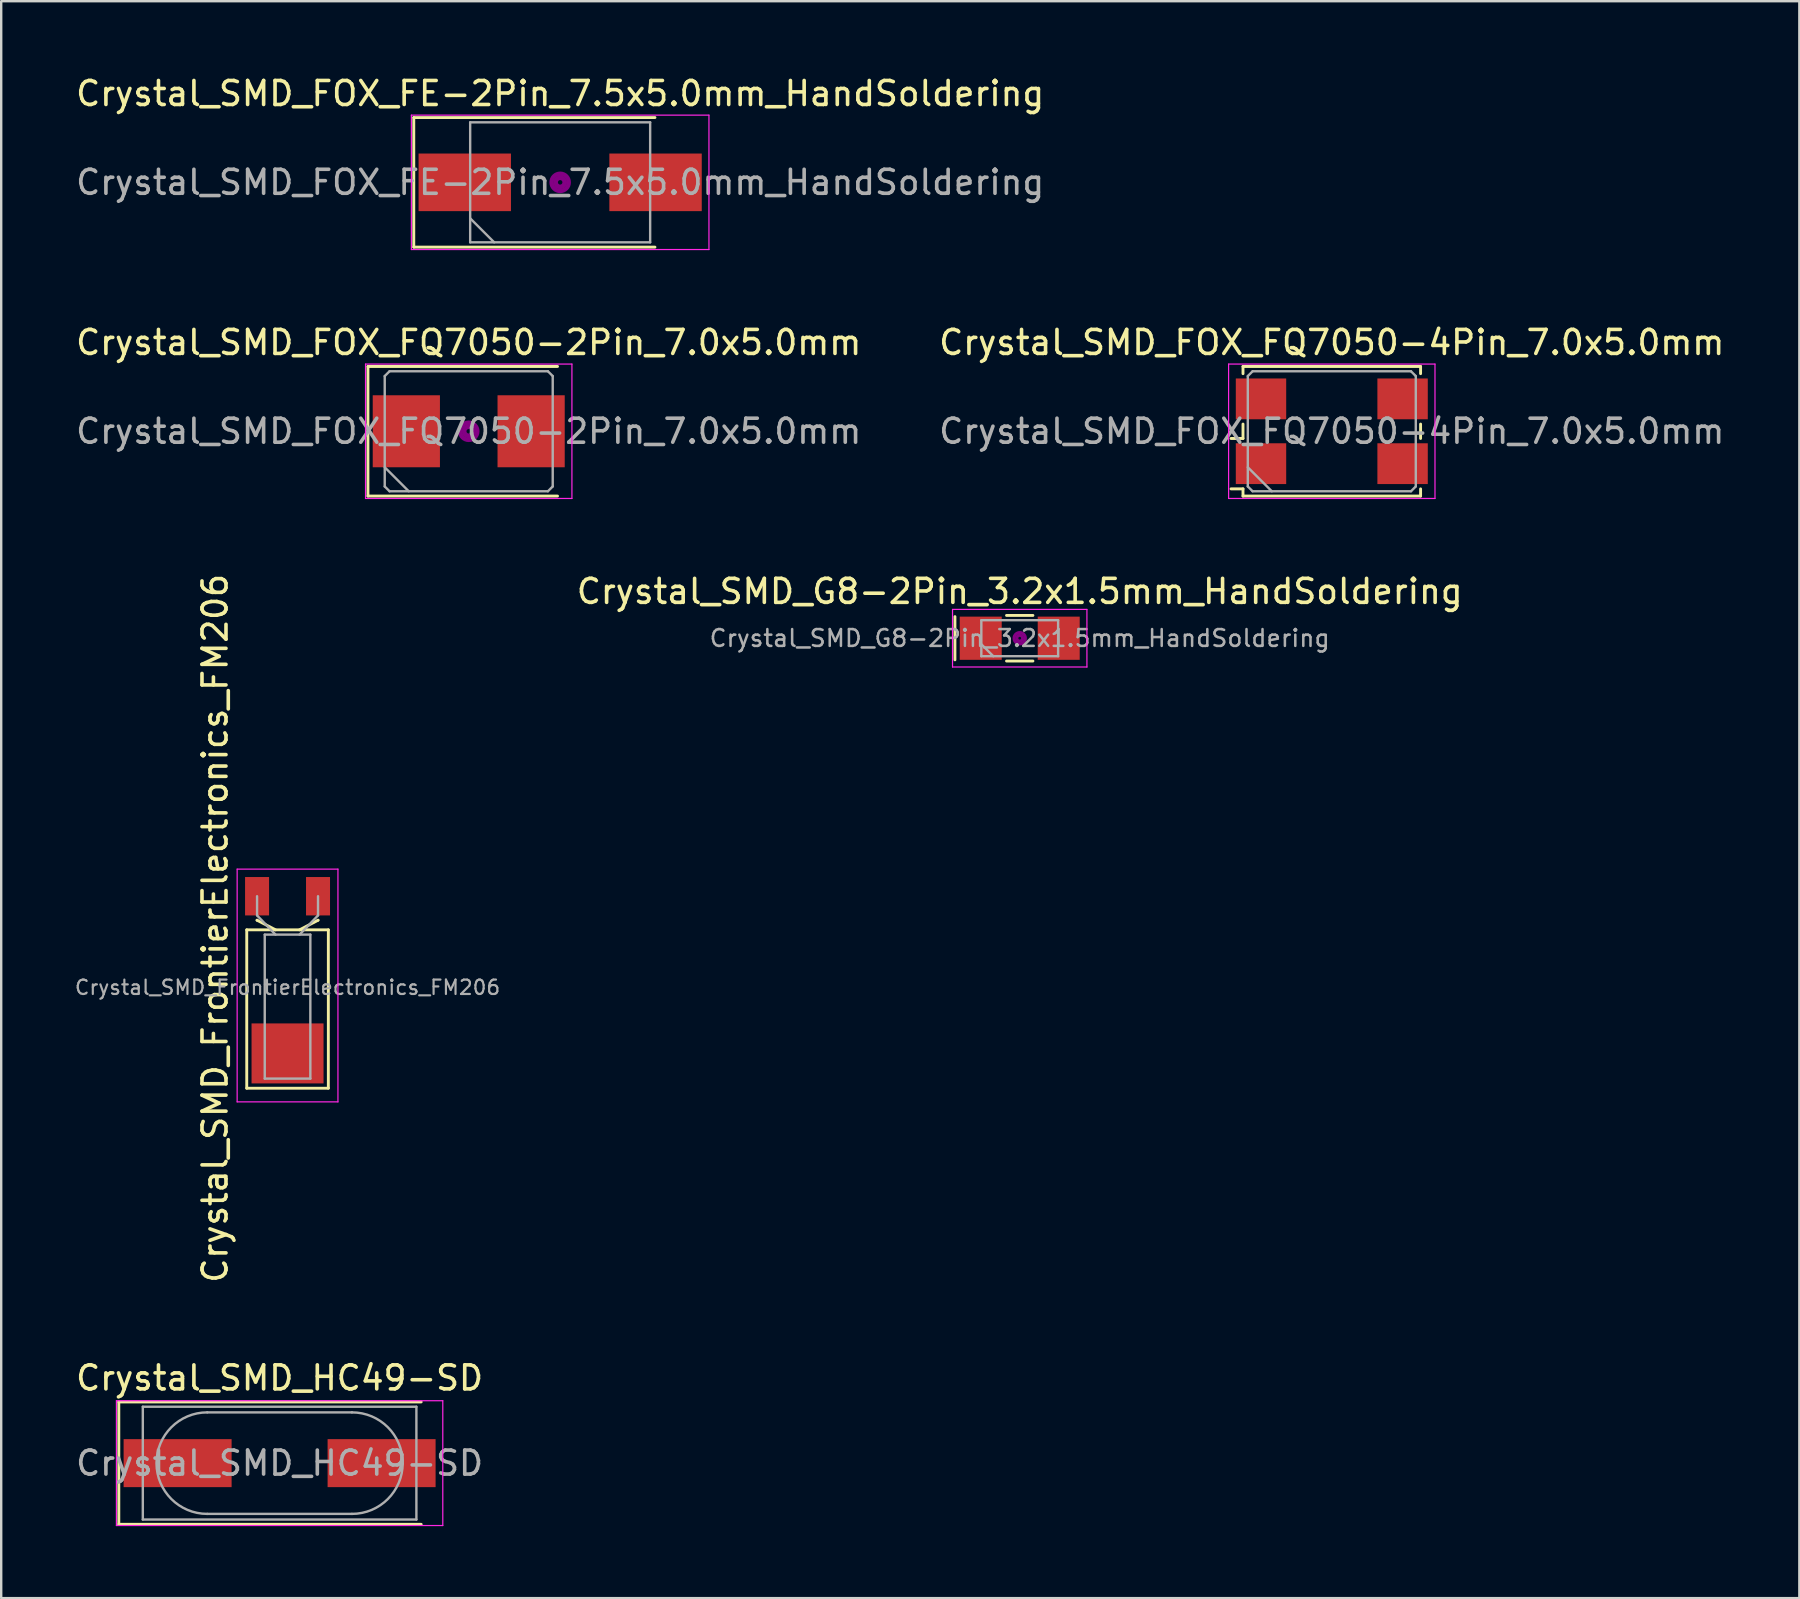
<source format=kicad_pcb>
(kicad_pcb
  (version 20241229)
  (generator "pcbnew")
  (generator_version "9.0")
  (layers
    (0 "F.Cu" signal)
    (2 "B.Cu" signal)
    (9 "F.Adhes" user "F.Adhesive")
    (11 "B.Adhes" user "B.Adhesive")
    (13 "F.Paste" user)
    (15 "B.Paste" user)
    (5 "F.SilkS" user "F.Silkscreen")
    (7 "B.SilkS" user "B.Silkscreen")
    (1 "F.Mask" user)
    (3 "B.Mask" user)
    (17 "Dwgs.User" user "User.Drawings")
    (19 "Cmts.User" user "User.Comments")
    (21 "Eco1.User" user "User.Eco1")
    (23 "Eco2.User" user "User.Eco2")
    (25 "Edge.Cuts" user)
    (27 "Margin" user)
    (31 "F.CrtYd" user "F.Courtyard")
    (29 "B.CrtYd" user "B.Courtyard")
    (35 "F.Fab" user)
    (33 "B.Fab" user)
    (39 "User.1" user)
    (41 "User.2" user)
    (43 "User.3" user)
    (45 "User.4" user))
  (footprint "Crystal_SMD_FOX_FQ7050-4Pin_7.0x5.0mm"
    (layer "F.Cu")
    (at 52.446 14.921)
    (property "Reference" "Crystal_SMD_FOX_FQ7050-4Pin_7.0x5.0mm" (at 0 -3.7 0) (layer "F.SilkS") (effects (font (size 1 1) (thickness 0.15))))
    (attr smd)
    (fp_line (start -4.2 0.3) (end -3.7 0.3) (stroke (width 0.12) (type solid)) (layer "F.SilkS"))
    (fp_line (start -4.2 2.4) (end -3.7 2.4) (stroke (width 0.12) (type solid)) (layer "F.SilkS"))
    (fp_line (start -3.7 -2.7) (end 3.7 -2.7) (stroke (width 0.12) (type solid)) (layer "F.SilkS"))
    (fp_line (start -3.7 -2.4) (end -3.7 -2.7) (stroke (width 0.12) (type solid)) (layer "F.SilkS"))
    (fp_line (start -3.7 0.3) (end -3.7 -0.3) (stroke (width 0.12) (type solid)) (layer "F.SilkS"))
    (fp_line (start -3.7 2.4) (end -3.7 2.7) (stroke (width 0.12) (type solid)) (layer "F.SilkS"))
    (fp_line (start -3.7 2.7) (end 3.7 2.7) (stroke (width 0.12) (type solid)) (layer "F.SilkS"))
    (fp_line (start 3.7 -2.7) (end 3.7 -2.4) (stroke (width 0.12) (type solid)) (layer "F.SilkS"))
    (fp_line (start 3.7 -0.3) (end 3.7 0.3) (stroke (width 0.12) (type solid)) (layer "F.SilkS"))
    (fp_line (start 3.7 2.7) (end 3.7 2.4) (stroke (width 0.12) (type solid)) (layer "F.SilkS"))
    (fp_line (start -4.3 -2.8) (end -4.3 2.8) (stroke (width 0.05) (type solid)) (layer "F.CrtYd"))
    (fp_line (start -4.3 2.8) (end 4.3 2.8) (stroke (width 0.05) (type solid)) (layer "F.CrtYd"))
    (fp_line (start 4.3 -2.8) (end -4.3 -2.8) (stroke (width 0.05) (type solid)) (layer "F.CrtYd"))
    (fp_line (start 4.3 2.8) (end 4.3 -2.8) (stroke (width 0.05) (type solid)) (layer "F.CrtYd"))
    (fp_line (start -3.5 -2.3) (end -3.3 -2.5) (stroke (width 0.1) (type solid)) (layer "F.Fab"))
    (fp_line (start -3.5 1.5) (end -2.5 2.5) (stroke (width 0.1) (type solid)) (layer "F.Fab"))
    (fp_line (start -3.5 2.3) (end -3.5 -2.3) (stroke (width 0.1) (type solid)) (layer "F.Fab"))
    (fp_line (start -3.3 -2.5) (end 3.3 -2.5) (stroke (width 0.1) (type solid)) (layer "F.Fab"))
    (fp_line (start -3.3 2.5) (end -3.5 2.3) (stroke (width 0.1) (type solid)) (layer "F.Fab"))
    (fp_line (start 3.3 -2.5) (end 3.5 -2.3) (stroke (width 0.1) (type solid)) (layer "F.Fab"))
    (fp_line (start 3.3 2.5) (end -3.3 2.5) (stroke (width 0.1) (type solid)) (layer "F.Fab"))
    (fp_line (start 3.5 -2.3) (end 3.5 2.3) (stroke (width 0.1) (type solid)) (layer "F.Fab"))
    (fp_line (start 3.5 2.3) (end 3.3 2.5) (stroke (width 0.1) (type solid)) (layer "F.Fab"))
    (fp_text user "${REFERENCE}" (at 0 0 0) (layer "F.Fab") (effects (font (size 1 1) (thickness 0.15))))
    (pad "1" smd rect (at -2.95 1.35) (size 2.1 1.7) (layers "F.Cu" "F.Mask" "F.Paste"))
    (pad "2" smd rect (at 2.95 1.35) (size 2.1 1.7) (layers "F.Cu" "F.Mask" "F.Paste"))
    (pad "3" smd rect (at 2.95 -1.35) (size 2.1 1.7) (layers "F.Cu" "F.Mask" "F.Paste"))
    (pad "4" smd rect (at -2.95 -1.35) (size 2.1 1.7) (layers "F.Cu" "F.Mask" "F.Paste")))
  (footprint "Crystal_SMD_FrontierElectronics_FM206"
    (layer "F.Cu")
    (at 8.932 37.796)
    (property "Reference" "Crystal_SMD_FrontierElectronics_FM206" (at -3.02 -2.163 90) (layer "F.SilkS") (effects (font (size 1 1) (thickness 0.15))))
    (attr smd)
    (fp_line (start -1.7 -2.1) (end -1.7 4.5) (stroke (width 0.12) (type solid)) (layer "F.SilkS"))
    (fp_line (start -1.7 4.5) (end 1.7 4.5) (stroke (width 0.12) (type solid)) (layer "F.SilkS"))
    (fp_line (start -1.27 -2.5) (end -1.27 -2.5) (stroke (width 0.12) (type solid)) (layer "F.SilkS"))
    (fp_line (start -0.5 -2.1) (end -1.27 -2.5) (stroke (width 0.12) (type solid)) (layer "F.SilkS"))
    (fp_line (start 0.5 -2.1) (end 1.27 -2.5) (stroke (width 0.12) (type solid)) (layer "F.SilkS"))
    (fp_line (start 1.27 -2.5) (end 1.27 -2.5) (stroke (width 0.12) (type solid)) (layer "F.SilkS"))
    (fp_line (start 1.7 -2.1) (end -1.7 -2.1) (stroke (width 0.12) (type solid)) (layer "F.SilkS"))
    (fp_line (start 1.7 4.5) (end 1.7 -2.1) (stroke (width 0.12) (type solid)) (layer "F.SilkS"))
    (fp_line (start -2.1 -4.63) (end -2.1 5.07) (stroke (width 0.05) (type solid)) (layer "F.CrtYd"))
    (fp_line (start -2.1 5.07) (end 2.1 5.07) (stroke (width 0.05) (type solid)) (layer "F.CrtYd"))
    (fp_line (start 2.1 -4.63) (end -2.1 -4.63) (stroke (width 0.05) (type solid)) (layer "F.CrtYd"))
    (fp_line (start 2.1 5.07) (end 2.1 -4.63) (stroke (width 0.05) (type solid)) (layer "F.CrtYd"))
    (fp_line (start -1.27 -2.7) (end -1.27 -3.5) (stroke (width 0.1) (type solid)) (layer "F.Fab"))
    (fp_line (start -0.95 -1.9) (end -0.95 4.1) (stroke (width 0.1) (type solid)) (layer "F.Fab"))
    (fp_line (start -0.95 4.1) (end 0.95 4.1) (stroke (width 0.1) (type solid)) (layer "F.Fab"))
    (fp_line (start -0.5 -1.9) (end -1.27 -2.7) (stroke (width 0.1) (type solid)) (layer "F.Fab"))
    (fp_line (start 0.5 -1.9) (end 1.27 -2.7) (stroke (width 0.1) (type solid)) (layer "F.Fab"))
    (fp_line (start 0.95 -1.9) (end -0.95 -1.9) (stroke (width 0.1) (type solid)) (layer "F.Fab"))
    (fp_line (start 0.95 4.1) (end 0.95 -1.9) (stroke (width 0.1) (type solid)) (layer "F.Fab"))
    (fp_line (start 1.27 -2.7) (end 1.27 -3.5) (stroke (width 0.1) (type solid)) (layer "F.Fab"))
    (fp_text user "${REFERENCE}" (at 0 0.3 0) (layer "F.Fab") (effects (font (size 0.6 0.6) (thickness 0.09))))
    (pad "1" smd rect (at -1.27 -3.5) (size 1 1.6) (layers "F.Cu" "F.Mask" "F.Paste"))
    (pad "2" smd rect (at 1.27 -3.5) (size 1 1.6) (layers "F.Cu" "F.Mask" "F.Paste"))
    (pad "3" smd rect (at 0 3.05) (size 3 2.5) (layers "F.Cu" "F.Mask" "F.Paste")))
  (footprint "Crystal_SMD_HC49-SD"
    (layer "F.Cu")
    (at 8.601 57.919)
    (property "Reference" "Crystal_SMD_HC49-SD" (at 0 -3.55 0) (layer "F.SilkS") (effects (font (size 1 1) (thickness 0.15))))
    (attr smd)
    (fp_line (start -6.7 -2.55) (end -6.7 2.55) (stroke (width 0.12) (type solid)) (layer "F.SilkS"))
    (fp_line (start -6.7 2.55) (end 5.9 2.55) (stroke (width 0.12) (type solid)) (layer "F.SilkS"))
    (fp_line (start 5.9 -2.55) (end -6.7 -2.55) (stroke (width 0.12) (type solid)) (layer "F.SilkS"))
    (fp_line (start -6.8 -2.6) (end -6.8 2.6) (stroke (width 0.05) (type solid)) (layer "F.CrtYd"))
    (fp_line (start -6.8 2.6) (end 6.8 2.6) (stroke (width 0.05) (type solid)) (layer "F.CrtYd"))
    (fp_line (start 6.8 -2.6) (end -6.8 -2.6) (stroke (width 0.05) (type solid)) (layer "F.CrtYd"))
    (fp_line (start 6.8 2.6) (end 6.8 -2.6) (stroke (width 0.05) (type solid)) (layer "F.CrtYd"))
    (fp_line (start -5.7 -2.35) (end -5.7 2.35) (stroke (width 0.1) (type solid)) (layer "F.Fab"))
    (fp_line (start -5.7 2.35) (end 5.7 2.35) (stroke (width 0.1) (type solid)) (layer "F.Fab"))
    (fp_line (start -3.015 -2.115) (end 3.015 -2.115) (stroke (width 0.1) (type solid)) (layer "F.Fab"))
    (fp_line (start -3.015 2.115) (end 3.015 2.115) (stroke (width 0.1) (type solid)) (layer "F.Fab"))
    (fp_line (start 5.7 -2.35) (end -5.7 -2.35) (stroke (width 0.1) (type solid)) (layer "F.Fab"))
    (fp_line (start 5.7 2.35) (end 5.7 -2.35) (stroke (width 0.1) (type solid)) (layer "F.Fab"))
    (fp_arc (start -3.015 2.115) (mid -5.13 0) (end -3.015 -2.115) (stroke (width 0.1) (type solid)) (layer "F.Fab"))
    (fp_arc (start 3.015 -2.115) (mid 5.13 0) (end 3.015 2.115) (stroke (width 0.1) (type solid)) (layer "F.Fab"))
    (fp_text user "${REFERENCE}" (at 0 0 0) (layer "F.Fab") (effects (font (size 1 1) (thickness 0.15))))
    (pad "1" smd rect (at -4.25 0) (size 4.5 2) (layers "F.Cu" "F.Mask" "F.Paste"))
    (pad "2" smd rect (at 4.25 0) (size 4.5 2) (layers "F.Cu" "F.Mask" "F.Paste")))
  (footprint "Crystal_SMD_FOX_FE-2Pin_7.5x5.0mm_HandSoldering"
    (layer "F.Cu")
    (at 20.292 4.548)
    (property "Reference" "Crystal_SMD_FOX_FE-2Pin_7.5x5.0mm_HandSoldering" (at 0 -3.7 0) (layer "F.SilkS") (effects (font (size 1 1) (thickness 0.15))))
    (attr smd)
    (fp_line (start -6.1 -2.7) (end -6.1 2.7) (stroke (width 0.12) (type solid)) (layer "F.SilkS"))
    (fp_line (start -6.1 2.7) (end 3.95 2.7) (stroke (width 0.12) (type solid)) (layer "F.SilkS"))
    (fp_line (start 3.95 -2.7) (end -6.1 -2.7) (stroke (width 0.12) (type solid)) (layer "F.SilkS"))
    (fp_circle (center 0 0) (end 0.093 0) (stroke (width 0.187) (type solid)) (fill no) (layer "F.Adhes"))
    (fp_circle (center 0 0) (end 0.213 0) (stroke (width 0.133) (type solid)) (fill no) (layer "F.Adhes"))
    (fp_circle (center 0 0) (end 0.333 0) (stroke (width 0.133) (type solid)) (fill no) (layer "F.Adhes"))
    (fp_circle (center 0 0) (end 0.4 0) (stroke (width 0.1) (type solid)) (fill no) (layer "F.Adhes"))
    (fp_line (start -6.2 -2.8) (end -6.2 2.8) (stroke (width 0.05) (type solid)) (layer "F.CrtYd"))
    (fp_line (start -6.2 2.8) (end 6.2 2.8) (stroke (width 0.05) (type solid)) (layer "F.CrtYd"))
    (fp_line (start 6.2 -2.8) (end -6.2 -2.8) (stroke (width 0.05) (type solid)) (layer "F.CrtYd"))
    (fp_line (start 6.2 2.8) (end 6.2 -2.8) (stroke (width 0.05) (type solid)) (layer "F.CrtYd"))
    (fp_line (start -3.75 -2.5) (end -3.75 2.5) (stroke (width 0.1) (type solid)) (layer "F.Fab"))
    (fp_line (start -3.75 1.5) (end -2.75 2.5) (stroke (width 0.1) (type solid)) (layer "F.Fab"))
    (fp_line (start -3.75 2.5) (end 3.75 2.5) (stroke (width 0.1) (type solid)) (layer "F.Fab"))
    (fp_line (start 3.75 -2.5) (end -3.75 -2.5) (stroke (width 0.1) (type solid)) (layer "F.Fab"))
    (fp_line (start 3.75 2.5) (end 3.75 -2.5) (stroke (width 0.1) (type solid)) (layer "F.Fab"))
    (fp_text user "${REFERENCE}" (at 0 0 0) (layer "F.Fab") (effects (font (size 1 1) (thickness 0.15))))
    (pad "1" smd rect (at -3.975 0) (size 3.85 2.4) (layers "F.Cu" "F.Mask" "F.Paste"))
    (pad "2" smd rect (at 3.975 0) (size 3.85 2.4) (layers "F.Cu" "F.Mask" "F.Paste")))
  (footprint "Crystal_SMD_FOX_FQ7050-2Pin_7.0x5.0mm"
    (layer "F.Cu")
    (at 16.482 14.921)
    (property "Reference" "Crystal_SMD_FOX_FQ7050-2Pin_7.0x5.0mm" (at 0 -3.7 0) (layer "F.SilkS") (effects (font (size 1 1) (thickness 0.15))))
    (attr smd)
    (fp_line (start -4.2 -2.7) (end -4.2 2.7) (stroke (width 0.12) (type solid)) (layer "F.SilkS"))
    (fp_line (start -4.2 2.7) (end 3.7 2.7) (stroke (width 0.12) (type solid)) (layer "F.SilkS"))
    (fp_line (start 3.7 -2.7) (end -4.2 -2.7) (stroke (width 0.12) (type solid)) (layer "F.SilkS"))
    (fp_circle (center 0 0) (end 0.093 0) (stroke (width 0.187) (type solid)) (fill no) (layer "F.Adhes"))
    (fp_circle (center 0 0) (end 0.213 0) (stroke (width 0.133) (type solid)) (fill no) (layer "F.Adhes"))
    (fp_circle (center 0 0) (end 0.333 0) (stroke (width 0.133) (type solid)) (fill no) (layer "F.Adhes"))
    (fp_circle (center 0 0) (end 0.4 0) (stroke (width 0.1) (type solid)) (fill no) (layer "F.Adhes"))
    (fp_line (start -4.3 -2.8) (end -4.3 2.8) (stroke (width 0.05) (type solid)) (layer "F.CrtYd"))
    (fp_line (start -4.3 2.8) (end 4.3 2.8) (stroke (width 0.05) (type solid)) (layer "F.CrtYd"))
    (fp_line (start 4.3 -2.8) (end -4.3 -2.8) (stroke (width 0.05) (type solid)) (layer "F.CrtYd"))
    (fp_line (start 4.3 2.8) (end 4.3 -2.8) (stroke (width 0.05) (type solid)) (layer "F.CrtYd"))
    (fp_line (start -3.5 -2.3) (end -3.3 -2.5) (stroke (width 0.1) (type solid)) (layer "F.Fab"))
    (fp_line (start -3.5 1.5) (end -2.5 2.5) (stroke (width 0.1) (type solid)) (layer "F.Fab"))
    (fp_line (start -3.5 2.3) (end -3.5 -2.3) (stroke (width 0.1) (type solid)) (layer "F.Fab"))
    (fp_line (start -3.3 -2.5) (end 3.3 -2.5) (stroke (width 0.1) (type solid)) (layer "F.Fab"))
    (fp_line (start -3.3 2.5) (end -3.5 2.3) (stroke (width 0.1) (type solid)) (layer "F.Fab"))
    (fp_line (start 3.3 -2.5) (end 3.5 -2.3) (stroke (width 0.1) (type solid)) (layer "F.Fab"))
    (fp_line (start 3.3 2.5) (end -3.3 2.5) (stroke (width 0.1) (type solid)) (layer "F.Fab"))
    (fp_line (start 3.5 -2.3) (end 3.5 2.3) (stroke (width 0.1) (type solid)) (layer "F.Fab"))
    (fp_line (start 3.5 2.3) (end 3.3 2.5) (stroke (width 0.1) (type solid)) (layer "F.Fab"))
    (fp_text user "${REFERENCE}" (at 0 0 0) (layer "F.Fab") (effects (font (size 1 1) (thickness 0.15))))
    (pad "1" smd rect (at -2.6 0) (size 2.8 3) (layers "F.Cu" "F.Mask" "F.Paste"))
    (pad "2" smd rect (at 2.6 0) (size 2.8 3) (layers "F.Cu" "F.Mask" "F.Paste")))
  (footprint "Crystal_SMD_G8-2Pin_3.2x1.5mm_HandSoldering"
    (layer "F.Cu")
    (at 39.442 23.545)
    (property "Reference" "Crystal_SMD_G8-2Pin_3.2x1.5mm_HandSoldering" (at 0 -1.95 0) (layer "F.SilkS") (effects (font (size 1 1) (thickness 0.15))))
    (attr smd)
    (fp_line (start -2.7 -0.9) (end -2.7 0.9) (stroke (width 0.12) (type solid)) (layer "F.SilkS"))
    (fp_line (start -0.55 -0.95) (end 0.55 -0.95) (stroke (width 0.12) (type solid)) (layer "F.SilkS"))
    (fp_line (start -0.55 0.95) (end 0.55 0.95) (stroke (width 0.12) (type solid)) (layer "F.SilkS"))
    (fp_circle (center 0 0) (end 0.058 0) (stroke (width 0.117) (type solid)) (fill no) (layer "F.Adhes"))
    (fp_circle (center 0 0) (end 0.133 0) (stroke (width 0.083) (type solid)) (fill no) (layer "F.Adhes"))
    (fp_circle (center 0 0) (end 0.208 0) (stroke (width 0.083) (type solid)) (fill no) (layer "F.Adhes"))
    (fp_circle (center 0 0) (end 0.25 0) (stroke (width 0.1) (type solid)) (fill no) (layer "F.Adhes"))
    (fp_line (start -2.8 -1.2) (end -2.8 1.2) (stroke (width 0.05) (type solid)) (layer "F.CrtYd"))
    (fp_line (start -2.8 1.2) (end 2.8 1.2) (stroke (width 0.05) (type solid)) (layer "F.CrtYd"))
    (fp_line (start 2.8 -1.2) (end -2.8 -1.2) (stroke (width 0.05) (type solid)) (layer "F.CrtYd"))
    (fp_line (start 2.8 1.2) (end 2.8 -1.2) (stroke (width 0.05) (type solid)) (layer "F.CrtYd"))
    (fp_line (start -1.6 -0.75) (end -1.6 0.75) (stroke (width 0.1) (type solid)) (layer "F.Fab"))
    (fp_line (start -1.6 0.25) (end -1.1 0.75) (stroke (width 0.1) (type solid)) (layer "F.Fab"))
    (fp_line (start -1.6 0.75) (end 1.6 0.75) (stroke (width 0.1) (type solid)) (layer "F.Fab"))
    (fp_line (start 1.6 -0.75) (end -1.6 -0.75) (stroke (width 0.1) (type solid)) (layer "F.Fab"))
    (fp_line (start 1.6 0.75) (end 1.6 -0.75) (stroke (width 0.1) (type solid)) (layer "F.Fab"))
    (fp_text user "${REFERENCE}" (at 0 0 0) (layer "F.Fab") (effects (font (size 0.7 0.7) (thickness 0.105))))
    (pad "1" smd rect (at -1.625 0) (size 1.75 1.8) (layers "F.Cu" "F.Mask" "F.Paste"))
    (pad "2" smd rect (at 1.625 0) (size 1.75 1.8) (layers "F.Cu" "F.Mask" "F.Paste")))
  (gr_rect
    (start -3 -3)
    (end 71.929 63.544)
    (stroke (width 0.1) (type default))
    (fill no)
    (layer "Edge.Cuts")))
</source>
